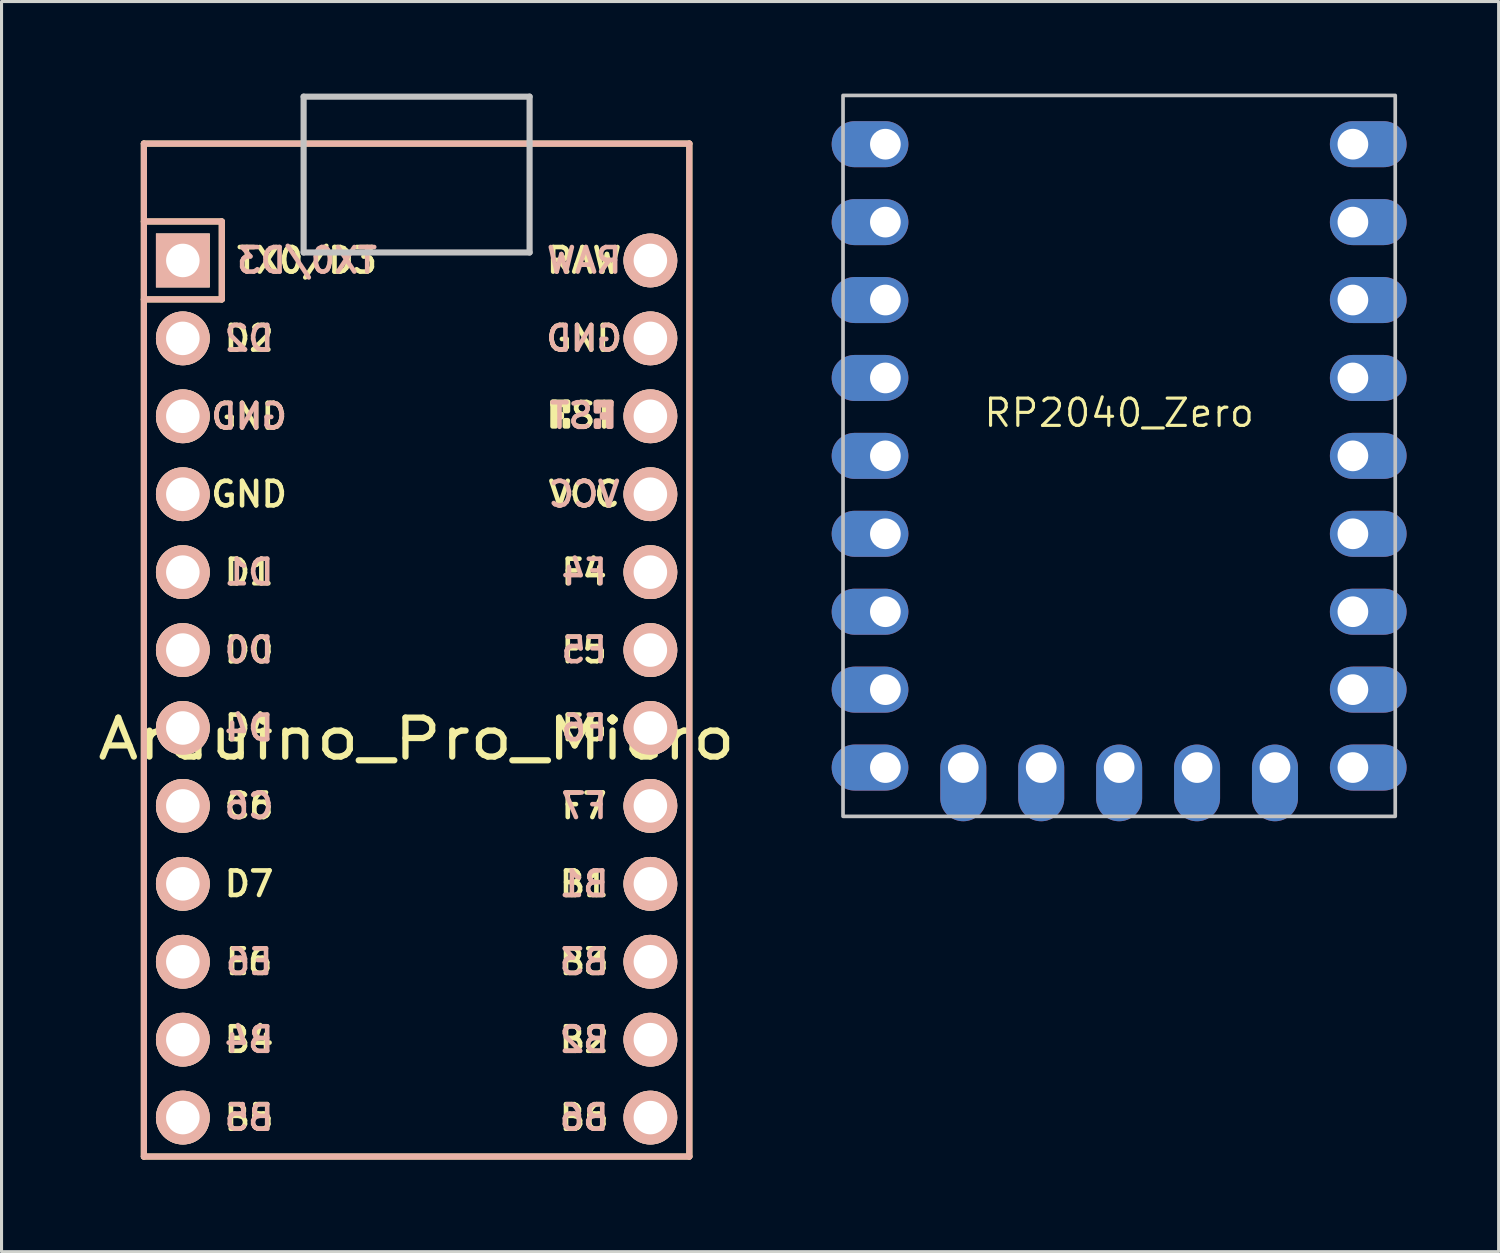
<source format=kicad_pcb>
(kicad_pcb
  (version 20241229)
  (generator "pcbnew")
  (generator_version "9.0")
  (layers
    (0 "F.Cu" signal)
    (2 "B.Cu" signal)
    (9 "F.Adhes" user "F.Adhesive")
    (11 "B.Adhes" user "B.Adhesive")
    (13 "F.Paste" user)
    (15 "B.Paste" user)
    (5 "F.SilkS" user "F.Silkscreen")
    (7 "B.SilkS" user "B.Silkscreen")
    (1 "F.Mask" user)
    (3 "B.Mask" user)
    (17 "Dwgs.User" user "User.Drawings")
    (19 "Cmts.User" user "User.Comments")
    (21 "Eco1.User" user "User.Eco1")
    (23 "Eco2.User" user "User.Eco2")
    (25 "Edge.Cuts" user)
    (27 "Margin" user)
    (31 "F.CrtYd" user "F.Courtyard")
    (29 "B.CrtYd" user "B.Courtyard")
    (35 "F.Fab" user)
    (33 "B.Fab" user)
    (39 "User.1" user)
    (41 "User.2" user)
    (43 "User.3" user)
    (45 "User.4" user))
  (footprint "RP2040_Zero"
    (layer "F.Cu")
    (at 33.43 11.81)
    (property "Reference" "RP2040_Zero" (at 0 -1.4 0) (layer "F.SilkS") (effects (font (size 0.889 0.889) (thickness 0.102))))
    (attr through_hole exclude_from_pos_files)
    (fp_rect (start -9 -11.75) (end 9 11.75) (stroke (width 0.12) (type solid)) (fill no) (layer "Dwgs.User"))
    (pad "1" thru_hole oval (at 7.62 -10.16 180) (size 2.5 1.5) (drill 1 (offset -0.5 0)) (layers "*.Cu" "*.Mask"))
    (pad "2" thru_hole oval (at 7.62 -7.62 180) (size 2.5 1.5) (drill 1 (offset -0.5 0)) (layers "*.Cu" "*.Mask"))
    (pad "3" thru_hole oval (at 7.62 -5.08 180) (size 2.5 1.5) (drill 1 (offset -0.5 0)) (layers "*.Cu" "*.Mask"))
    (pad "4" thru_hole oval (at 7.62 -2.54 180) (size 2.5 1.5) (drill 1 (offset -0.5 0)) (layers "*.Cu" "*.Mask"))
    (pad "5" thru_hole oval (at 7.62 0 180) (size 2.5 1.5) (drill 1 (offset -0.5 0)) (layers "*.Cu" "*.Mask"))
    (pad "6" thru_hole oval (at 7.62 2.54 180) (size 2.5 1.5) (drill 1 (offset -0.5 0)) (layers "*.Cu" "*.Mask"))
    (pad "7" thru_hole oval (at 7.62 5.08 180) (size 2.5 1.5) (drill 1 (offset -0.5 0)) (layers "*.Cu" "*.Mask"))
    (pad "8" thru_hole oval (at 7.62 7.62 180) (size 2.5 1.5) (drill 1 (offset -0.5 0)) (layers "*.Cu" "*.Mask"))
    (pad "9" thru_hole oval (at 7.62 10.16 180) (size 2.5 1.5) (drill 1 (offset -0.5 0)) (layers "*.Cu" "*.Mask"))
    (pad "10" thru_hole oval (at 5.08 10.16 90) (size 2.5 1.5) (drill 1 (offset -0.5 0)) (layers "*.Cu" "*.Mask"))
    (pad "11" thru_hole oval (at 2.54 10.16 90) (size 2.5 1.5) (drill 1 (offset -0.5 0)) (layers "*.Cu" "*.Mask"))
    (pad "12" thru_hole oval (at 0 10.16 90) (size 2.5 1.5) (drill 1 (offset -0.5 0)) (layers "*.Cu" "*.Mask"))
    (pad "13" thru_hole oval (at -2.54 10.16 90) (size 2.5 1.5) (drill 1 (offset -0.5 0)) (layers "*.Cu" "*.Mask"))
    (pad "14" thru_hole oval (at -5.08 10.16 90) (size 2.5 1.5) (drill 1 (offset -0.5 0)) (layers "*.Cu" "*.Mask"))
    (pad "15" thru_hole oval (at -7.62 10.16) (size 2.5 1.5) (drill 1 (offset -0.5 0)) (layers "*.Cu" "*.Mask"))
    (pad "16" thru_hole oval (at -7.62 7.62) (size 2.5 1.5) (drill 1 (offset -0.5 0)) (layers "*.Cu" "*.Mask"))
    (pad "17" thru_hole oval (at -7.62 5.08) (size 2.5 1.5) (drill 1 (offset -0.5 0)) (layers "*.Cu" "*.Mask"))
    (pad "18" thru_hole oval (at -7.62 2.54) (size 2.5 1.5) (drill 1 (offset -0.5 0)) (layers "*.Cu" "*.Mask"))
    (pad "19" thru_hole oval (at -7.62 0) (size 2.5 1.5) (drill 1 (offset -0.5 0)) (layers "*.Cu" "*.Mask"))
    (pad "20" thru_hole oval (at -7.62 -2.54) (size 2.5 1.5) (drill 1 (offset -0.5 0)) (layers "*.Cu" "*.Mask"))
    (pad "21" thru_hole oval (at -7.62 -5.08) (size 2.5 1.5) (drill 1 (offset -0.5 0)) (layers "*.Cu" "*.Mask"))
    (pad "22" thru_hole oval (at -7.62 -7.62) (size 2.5 1.5) (drill 1 (offset -0.5 0)) (layers "*.Cu" "*.Mask"))
    (pad "23" thru_hole oval (at -7.62 -10.16) (size 2.5 1.5) (drill 1 (offset -0.5 0)) (layers "*.Cu" "*.Mask")))
  (footprint "Arduino_Pro_Micro"
    (layer "F.Cu")
    (at 10.53 19.41)
    (property "Reference" "Arduino_Pro_Micro" (at 0 1.625 0) (layer "F.SilkS") (effects (font (size 1.27 1.524) (thickness 0.203))))
    (attr through_hole)
    (fp_line (start -8.89 -17.78) (end -8.89 15.24) (stroke (width 0.2) (type solid)) (layer "F.SilkS"))
    (fp_line (start -8.89 15.24) (end 8.89 15.24) (stroke (width 0.2) (type solid)) (layer "F.SilkS"))
    (fp_line (start -6.35 -15.24) (end -8.89 -15.24) (stroke (width 0.2) (type solid)) (layer "F.SilkS"))
    (fp_line (start -6.35 -15.24) (end -6.35 -12.7) (stroke (width 0.2) (type solid)) (layer "F.SilkS"))
    (fp_line (start -6.35 -12.7) (end -8.89 -12.7) (stroke (width 0.2) (type solid)) (layer "F.SilkS"))
    (fp_line (start 8.89 -17.78) (end -8.89 -17.78) (stroke (width 0.2) (type solid)) (layer "F.SilkS"))
    (fp_line (start 8.89 15.24) (end 8.89 -17.78) (stroke (width 0.2) (type solid)) (layer "F.SilkS"))
    (fp_poly (pts (xy 4.532 -9.361) (xy 4.532 -8.561) (xy 4.432 -8.561) (xy 4.432 -9.361)) (stroke (width 0.15) (type solid)) (fill yes) (layer "F.SilkS"))
    (fp_poly (pts (xy 4.732 -8.961) (xy 4.732 -8.861) (xy 4.632 -8.861) (xy 4.632 -8.961)) (stroke (width 0.15) (type solid)) (fill yes) (layer "F.SilkS"))
    (fp_poly (pts (xy 4.932 -9.361) (xy 4.932 -9.261) (xy 4.432 -9.261) (xy 4.432 -9.361)) (stroke (width 0.15) (type solid)) (fill yes) (layer "F.SilkS"))
    (fp_poly (pts (xy 4.932 -9.361) (xy 4.932 -9.061) (xy 4.832 -9.061) (xy 4.832 -9.361)) (stroke (width 0.15) (type solid)) (fill yes) (layer "F.SilkS"))
    (fp_poly (pts (xy 4.932 -8.761) (xy 4.932 -8.561) (xy 4.832 -8.561) (xy 4.832 -8.761)) (stroke (width 0.15) (type solid)) (fill yes) (layer "F.SilkS"))
    (fp_line (start -8.89 -17.78) (end -8.89 15.24) (stroke (width 0.2) (type solid)) (layer "B.SilkS"))
    (fp_line (start -8.89 15.24) (end 8.89 15.24) (stroke (width 0.2) (type solid)) (layer "B.SilkS"))
    (fp_line (start -6.35 -15.24) (end -8.89 -15.24) (stroke (width 0.2) (type solid)) (layer "B.SilkS"))
    (fp_line (start -6.35 -15.24) (end -6.35 -12.7) (stroke (width 0.2) (type solid)) (layer "B.SilkS"))
    (fp_line (start -6.35 -12.7) (end -8.89 -12.7) (stroke (width 0.2) (type solid)) (layer "B.SilkS"))
    (fp_line (start 8.89 -17.78) (end -8.89 -17.78) (stroke (width 0.2) (type solid)) (layer "B.SilkS"))
    (fp_line (start 8.89 15.24) (end 8.89 -17.78) (stroke (width 0.2) (type solid)) (layer "B.SilkS"))
    (fp_poly (pts (xy 5.845 -9.351) (xy 5.845 -9.251) (xy 6.345 -9.251) (xy 6.345 -9.351)) (stroke (width 0.15) (type solid)) (fill yes) (layer "B.SilkS"))
    (fp_poly (pts (xy 5.845 -9.351) (xy 5.845 -9.051) (xy 5.945 -9.051) (xy 5.945 -9.351)) (stroke (width 0.15) (type solid)) (fill yes) (layer "B.SilkS"))
    (fp_poly (pts (xy 5.845 -8.751) (xy 5.845 -8.551) (xy 5.945 -8.551) (xy 5.945 -8.751)) (stroke (width 0.15) (type solid)) (fill yes) (layer "B.SilkS"))
    (fp_poly (pts (xy 6.045 -8.951) (xy 6.045 -8.851) (xy 6.145 -8.851) (xy 6.145 -8.951)) (stroke (width 0.15) (type solid)) (fill yes) (layer "B.SilkS"))
    (fp_poly (pts (xy 6.245 -9.351) (xy 6.245 -8.551) (xy 6.345 -8.551) (xy 6.345 -9.351)) (stroke (width 0.15) (type solid)) (fill yes) (layer "B.SilkS"))
    (fp_line (start -3.683 -19.31) (end 3.683 -19.31) (stroke (width 0.2) (type solid)) (layer "Dwgs.User"))
    (fp_line (start -3.683 -14.23) (end -3.683 -19.31) (stroke (width 0.2) (type solid)) (layer "Dwgs.User"))
    (fp_line (start 3.683 -19.31) (end 3.683 -14.23) (stroke (width 0.2) (type solid)) (layer "Dwgs.User"))
    (fp_line (start 3.683 -14.23) (end -3.683 -14.23) (stroke (width 0.2) (type solid)) (layer "Dwgs.User"))
    (fp_text user "GND" (at -5.461 -6.35 0) (layer "F.SilkS") (effects (font (size 0.8 0.8) (thickness 0.15))))
    (fp_text user "GND" (at -5.461 -8.89 0) (layer "F.SilkS") (effects (font (size 0.8 0.8) (thickness 0.15))))
    (fp_text user "B4" (at -5.461 11.43 0) (layer "F.SilkS") (effects (font (size 0.8 0.8) (thickness 0.15))))
    (fp_text user "F4" (at 5.461 -3.81 0) (layer "F.SilkS") (effects (font (size 0.8 0.8) (thickness 0.15))))
    (fp_text user "B3" (at 5.461 8.89 0) (layer "F.SilkS") (effects (font (size 0.8 0.8) (thickness 0.15))))
    (fp_text user "B6" (at 5.461 13.97 0) (layer "F.SilkS") (effects (font (size 0.8 0.8) (thickness 0.15))))
    (fp_text user "TX0/D3" (at -3.572 -13.97 0) (layer "F.SilkS") (effects (font (size 0.8 0.8) (thickness 0.15))))
    (fp_text user "C6" (at -5.461 3.81 0) (layer "F.SilkS") (effects (font (size 0.8 0.8) (thickness 0.15))))
    (fp_text user "B5" (at -5.461 13.97 0) (layer "F.SilkS") (effects (font (size 0.8 0.8) (thickness 0.15))))
    (fp_text user "F5" (at 5.461 -1.27 0) (layer "F.SilkS") (effects (font (size 0.8 0.8) (thickness 0.15))))
    (fp_text user "F7" (at 5.461 3.81 0) (layer "F.SilkS") (effects (font (size 0.8 0.8) (thickness 0.15))))
    (fp_text user "D7" (at -5.461 6.35 0) (layer "F.SilkS") (effects (font (size 0.8 0.8) (thickness 0.15))))
    (fp_text user "RAW" (at 5.461 -13.97 0) (layer "F.SilkS") (effects (font (size 0.8 0.8) (thickness 0.15))))
    (fp_text user "D0" (at -5.461 -1.27 0) (layer "F.SilkS") (effects (font (size 0.8 0.8) (thickness 0.15))))
    (fp_text user "B1" (at 5.461 6.35 0) (layer "F.SilkS") (effects (font (size 0.8 0.8) (thickness 0.15))))
    (fp_text user "VCC" (at 5.461 -6.35 0) (layer "F.SilkS") (effects (font (size 0.8 0.8) (thickness 0.15))))
    (fp_text user "D1" (at -5.461 -3.81 0) (layer "F.SilkS") (effects (font (size 0.8 0.8) (thickness 0.15))))
    (fp_text user "ST" (at 5.733 -8.92 0) (layer "F.SilkS") (effects (font (size 0.8 0.8) (thickness 0.15))))
    (fp_text user "D2" (at -5.461 -11.43 0) (layer "F.SilkS") (effects (font (size 0.8 0.8) (thickness 0.15))))
    (fp_text user "B2" (at 5.461 11.43 0) (layer "F.SilkS") (effects (font (size 0.8 0.8) (thickness 0.15))))
    (fp_text user "GND" (at 5.461 -11.43 0) (layer "F.SilkS") (effects (font (size 0.8 0.8) (thickness 0.15))))
    (fp_text user "D4" (at -5.461 1.27 0) (layer "F.SilkS") (effects (font (size 0.8 0.8) (thickness 0.15))))
    (fp_text user "F6" (at 5.461 1.27 0) (layer "F.SilkS") (effects (font (size 0.8 0.8) (thickness 0.15))))
    (fp_text user "E6" (at -5.461 8.89 0) (layer "F.SilkS") (effects (font (size 0.8 0.8) (thickness 0.15))))
    (fp_text user "D1" (at -5.461 -3.81 0) (layer "B.SilkS") (effects (font (size 0.8 0.8) (thickness 0.15)) (justify mirror)))
    (fp_text user "B5" (at -5.461 13.97 0) (layer "B.SilkS") (effects (font (size 0.8 0.8) (thickness 0.15)) (justify mirror)))
    (fp_text user "D2" (at -5.461 -11.43 0) (layer "B.SilkS") (effects (font (size 0.8 0.8) (thickness 0.15)) (justify mirror)))
    (fp_text user "RAW" (at 5.461 -13.97 0) (layer "B.SilkS") (effects (font (size 0.8 0.8) (thickness 0.15)) (justify mirror)))
    (fp_text user "F4" (at 5.461 -3.81 0) (layer "B.SilkS") (effects (font (size 0.8 0.8) (thickness 0.15)) (justify mirror)))
    (fp_text user "F5" (at 5.461 -1.27 0) (layer "B.SilkS") (effects (font (size 0.8 0.8) (thickness 0.15)) (justify mirror)))
    (fp_text user "GND" (at -5.461 -8.89 0) (layer "B.SilkS") (effects (font (size 0.8 0.8) (thickness 0.15)) (justify mirror)))
    (fp_text user "TX0/D3" (at -3.572 -13.97 0) (layer "B.SilkS") (effects (font (size 0.8 0.8) (thickness 0.15)) (justify mirror)))
    (fp_text user "D4" (at -5.461 1.27 0) (layer "B.SilkS") (effects (font (size 0.8 0.8) (thickness 0.15)) (justify mirror)))
    (fp_text user "F6" (at 5.461 1.27 0) (layer "B.SilkS") (effects (font (size 0.8 0.8) (thickness 0.15)) (justify mirror)))
    (fp_text user "B2" (at 5.461 11.43 0) (layer "B.SilkS") (effects (font (size 0.8 0.8) (thickness 0.15)) (justify mirror)))
    (fp_text user "ST" (at 5.04 -8.91 0) (layer "B.SilkS") (effects (font (size 0.8 0.8) (thickness 0.15)) (justify mirror)))
    (fp_text user "GND" (at 5.461 -11.43 0) (layer "B.SilkS") (effects (font (size 0.8 0.8) (thickness 0.15)) (justify mirror)))
    (fp_text user "B1" (at 5.461 6.35 0) (layer "B.SilkS") (effects (font (size 0.8 0.8) (thickness 0.15)) (justify mirror)))
    (fp_text user "B6" (at 5.461 13.97 0) (layer "B.SilkS") (effects (font (size 0.8 0.8) (thickness 0.15)) (justify mirror)))
    (fp_text user "B4" (at -5.461 11.43 0) (layer "B.SilkS") (effects (font (size 0.8 0.8) (thickness 0.15)) (justify mirror)))
    (fp_text user "C6" (at -5.461 3.81 0) (layer "B.SilkS") (effects (font (size 0.8 0.8) (thickness 0.15)) (justify mirror)))
    (fp_text user "D0" (at -5.461 -1.27 0) (layer "B.SilkS") (effects (font (size 0.8 0.8) (thickness 0.15)) (justify mirror)))
    (fp_text user "VCC" (at 5.461 -6.35 0) (layer "B.SilkS") (effects (font (size 0.8 0.8) (thickness 0.15)) (justify mirror)))
    (fp_text user "B3" (at 5.461 8.89 0) (layer "B.SilkS") (effects (font (size 0.8 0.8) (thickness 0.15)) (justify mirror)))
    (fp_text user "F7" (at 5.461 3.81 0) (layer "B.SilkS") (effects (font (size 0.8 0.8) (thickness 0.15)) (justify mirror)))
    (fp_text user "E6" (at -5.461 8.89 0) (layer "B.SilkS") (effects (font (size 0.8 0.8) (thickness 0.15)) (justify mirror)))
    (pad "1" thru_hole rect (at -7.62 -13.97 270) (size 1.753 1.753) (drill 1.092) (layers "*.Cu" "*.SilkS" "*.Mask"))
    (pad "2" thru_hole circle (at -7.62 -11.43 270) (size 1.753 1.753) (drill 1.092) (layers "*.Cu" "*.SilkS" "*.Mask"))
    (pad "3" thru_hole circle (at -7.62 -8.89 270) (size 1.753 1.753) (drill 1.092) (layers "*.Cu" "*.SilkS" "*.Mask"))
    (pad "4" thru_hole circle (at -7.62 -6.35 270) (size 1.753 1.753) (drill 1.092) (layers "*.Cu" "*.SilkS" "*.Mask"))
    (pad "5" thru_hole circle (at -7.62 -3.81 270) (size 1.753 1.753) (drill 1.092) (layers "*.Cu" "*.SilkS" "*.Mask"))
    (pad "6" thru_hole circle (at -7.62 -1.27 270) (size 1.753 1.753) (drill 1.092) (layers "*.Cu" "*.SilkS" "*.Mask"))
    (pad "7" thru_hole circle (at -7.62 1.27 270) (size 1.753 1.753) (drill 1.092) (layers "*.Cu" "*.SilkS" "*.Mask"))
    (pad "8" thru_hole circle (at -7.62 3.81 270) (size 1.753 1.753) (drill 1.092) (layers "*.Cu" "*.SilkS" "*.Mask"))
    (pad "9" thru_hole circle (at -7.62 6.35 270) (size 1.753 1.753) (drill 1.092) (layers "*.Cu" "*.SilkS" "*.Mask"))
    (pad "10" thru_hole circle (at -7.62 8.89 270) (size 1.753 1.753) (drill 1.092) (layers "*.Cu" "*.SilkS" "*.Mask"))
    (pad "11" thru_hole circle (at -7.62 11.43 270) (size 1.753 1.753) (drill 1.092) (layers "*.Cu" "*.SilkS" "*.Mask"))
    (pad "12" thru_hole circle (at -7.62 13.97 270) (size 1.753 1.753) (drill 1.092) (layers "*.Cu" "*.SilkS" "*.Mask"))
    (pad "13" thru_hole circle (at 7.62 13.97 270) (size 1.753 1.753) (drill 1.092) (layers "*.Cu" "*.SilkS" "*.Mask"))
    (pad "14" thru_hole circle (at 7.62 11.43 270) (size 1.753 1.753) (drill 1.092) (layers "*.Cu" "*.SilkS" "*.Mask"))
    (pad "15" thru_hole circle (at 7.62 8.89 270) (size 1.753 1.753) (drill 1.092) (layers "*.Cu" "*.SilkS" "*.Mask"))
    (pad "16" thru_hole circle (at 7.62 6.35 270) (size 1.753 1.753) (drill 1.092) (layers "*.Cu" "*.SilkS" "*.Mask"))
    (pad "17" thru_hole circle (at 7.62 3.81 270) (size 1.753 1.753) (drill 1.092) (layers "*.Cu" "*.SilkS" "*.Mask"))
    (pad "18" thru_hole circle (at 7.62 1.27 270) (size 1.753 1.753) (drill 1.092) (layers "*.Cu" "*.SilkS" "*.Mask"))
    (pad "19" thru_hole circle (at 7.62 -1.27 270) (size 1.753 1.753) (drill 1.092) (layers "*.Cu" "*.SilkS" "*.Mask"))
    (pad "20" thru_hole circle (at 7.62 -3.81 270) (size 1.753 1.753) (drill 1.092) (layers "*.Cu" "*.SilkS" "*.Mask"))
    (pad "21" thru_hole circle (at 7.62 -6.35 270) (size 1.753 1.753) (drill 1.092) (layers "*.Cu" "*.SilkS" "*.Mask"))
    (pad "22" thru_hole circle (at 7.62 -8.89 270) (size 1.753 1.753) (drill 1.092) (layers "*.Cu" "*.SilkS" "*.Mask"))
    (pad "23" thru_hole circle (at 7.62 -11.43 270) (size 1.753 1.753) (drill 1.092) (layers "*.Cu" "*.SilkS" "*.Mask"))
    (pad "24" thru_hole circle (at 7.62 -13.97 270) (size 1.753 1.753) (drill 1.092) (layers "*.Cu" "*.SilkS" "*.Mask")))
  (gr_rect
    (start -3 -3)
    (end 45.8 37.75)
    (stroke (width 0.1) (type default))
    (fill no)
    (layer "Edge.Cuts")))
</source>
